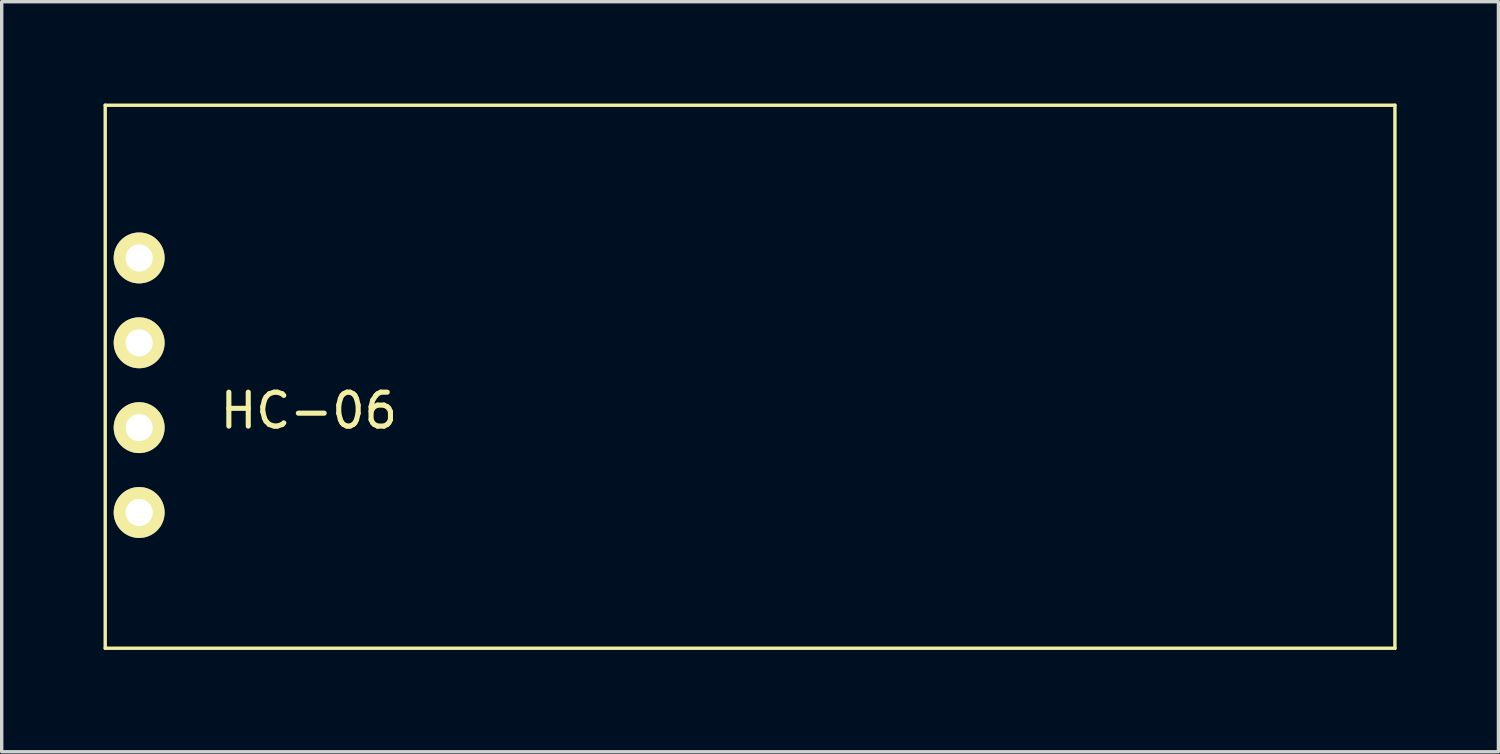
<source format=kicad_pcb>
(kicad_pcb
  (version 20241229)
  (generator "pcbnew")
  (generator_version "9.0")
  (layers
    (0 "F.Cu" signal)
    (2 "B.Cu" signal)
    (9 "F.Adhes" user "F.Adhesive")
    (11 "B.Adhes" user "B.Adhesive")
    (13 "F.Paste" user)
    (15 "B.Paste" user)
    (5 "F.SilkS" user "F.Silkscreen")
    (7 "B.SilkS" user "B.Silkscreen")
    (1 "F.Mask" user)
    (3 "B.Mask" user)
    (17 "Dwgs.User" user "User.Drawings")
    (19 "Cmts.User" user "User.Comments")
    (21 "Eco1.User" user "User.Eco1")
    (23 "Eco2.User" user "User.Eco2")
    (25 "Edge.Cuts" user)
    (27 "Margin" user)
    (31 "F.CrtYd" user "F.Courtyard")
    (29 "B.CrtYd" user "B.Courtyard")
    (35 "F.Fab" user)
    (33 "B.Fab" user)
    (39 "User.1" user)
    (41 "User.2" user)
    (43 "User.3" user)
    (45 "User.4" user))
  (footprint "HC-06"
    (layer "F.Cu")
    (at 1.05 7.05)
    (property "Reference" "HC-06" (at 5 2 0) (layer "F.SilkS") (effects (font (size 1 1) (thickness 0.15))))
    (attr through_hole)
    (fp_line (start -1 -7) (end -1 9) (stroke (width 0.1) (type solid)) (layer "F.SilkS"))
    (fp_line (start -1 -7) (end 37 -7) (stroke (width 0.1) (type solid)) (layer "F.SilkS"))
    (fp_line (start -1 9) (end 37 9) (stroke (width 0.1) (type solid)) (layer "F.SilkS"))
    (fp_line (start 37 -7) (end 37 9) (stroke (width 0.1) (type solid)) (layer "F.SilkS"))
    (pad "1" thru_hole circle (at 0 -2.5) (size 1.5 1.5) (drill 0.8) (layers "*.Cu" "*.Mask" "F.SilkS"))
    (pad "2" thru_hole circle (at 0 0) (size 1.5 1.5) (drill 0.8) (layers "*.Cu" "*.Mask" "F.SilkS"))
    (pad "3" thru_hole circle (at 0 2.5) (size 1.5 1.5) (drill 0.8) (layers "*.Cu" "*.Mask" "F.SilkS"))
    (pad "4" thru_hole circle (at 0 5) (size 1.5 1.5) (drill 0.8) (layers "*.Cu" "*.Mask" "F.SilkS")))
  (gr_rect
    (start -3 -3)
    (end 41.1 19.1)
    (stroke (width 0.1) (type default))
    (fill no)
    (layer "Edge.Cuts")))
</source>
